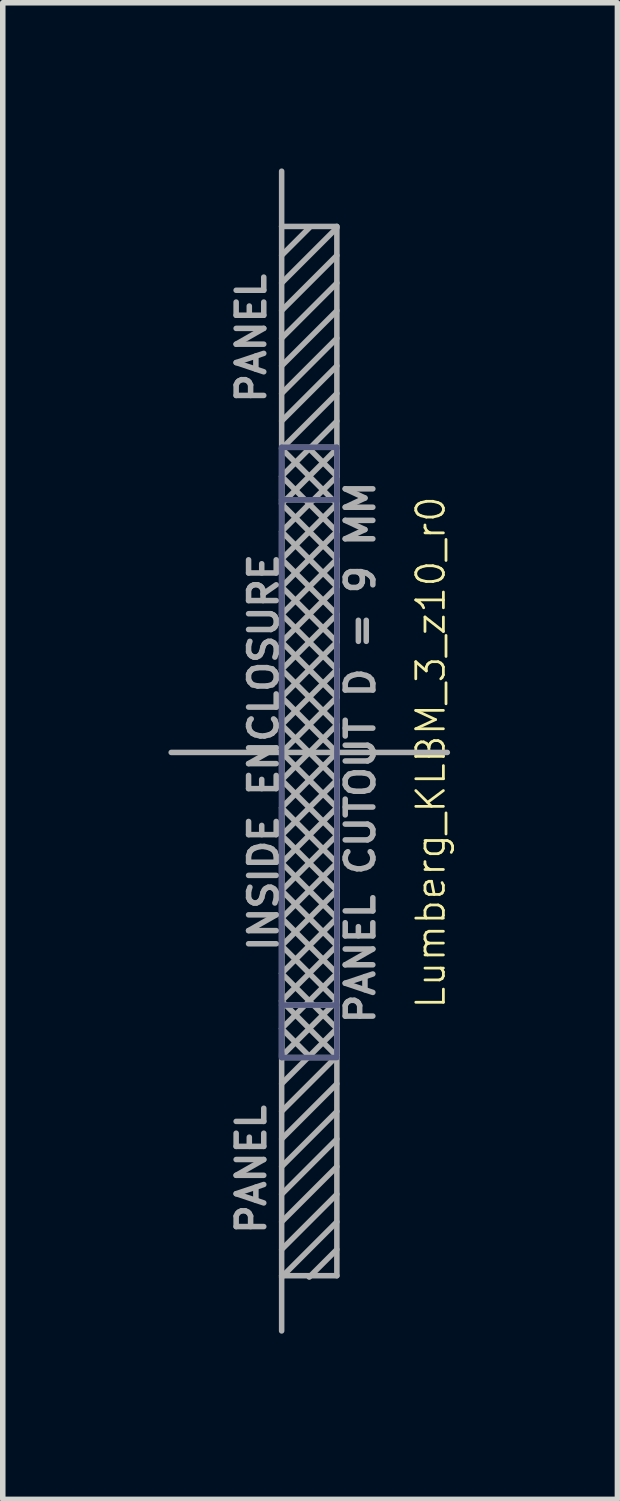
<source format=kicad_pcb>
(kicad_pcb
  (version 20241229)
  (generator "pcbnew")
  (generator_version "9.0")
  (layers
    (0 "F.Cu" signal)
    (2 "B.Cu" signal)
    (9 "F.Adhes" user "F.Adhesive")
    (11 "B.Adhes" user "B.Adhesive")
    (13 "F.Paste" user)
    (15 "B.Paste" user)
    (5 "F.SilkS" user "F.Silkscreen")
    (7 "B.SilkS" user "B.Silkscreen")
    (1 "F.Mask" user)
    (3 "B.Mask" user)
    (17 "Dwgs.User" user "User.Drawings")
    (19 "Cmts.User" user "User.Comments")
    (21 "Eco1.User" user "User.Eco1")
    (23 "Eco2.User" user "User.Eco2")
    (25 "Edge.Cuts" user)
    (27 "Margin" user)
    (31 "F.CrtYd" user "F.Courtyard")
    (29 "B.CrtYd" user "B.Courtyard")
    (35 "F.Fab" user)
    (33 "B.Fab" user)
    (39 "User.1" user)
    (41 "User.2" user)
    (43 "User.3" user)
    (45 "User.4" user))
  (footprint "Lumberg_KLBM_3_z10_r0"
    (layer "F.Cu")
    (at 2.05 10.575)
    (property "Reference" "Lumberg_KLBM_3_z10_r0" (at 2.7 0 90) (layer "F.SilkS") (effects (font (size 0.5 0.5) (thickness 0.05))))
    (attr through_hole)
    (fp_line (start 0 -5.525) (end 0 -5.5) (stroke (width 0.1) (type solid)) (layer "B.Fab"))
    (fp_line (start 0 -5.5) (end 0 -4.5) (stroke (width 0.1) (type solid)) (layer "B.Fab"))
    (fp_line (start 0 -4.575) (end 1 -4.575) (stroke (width 0.1) (type solid)) (layer "B.Fab"))
    (fp_line (start 0 4.5) (end 0 -5.5) (stroke (width 0.1) (type solid)) (layer "B.Fab"))
    (fp_line (start 0 4.575) (end 1 4.575) (stroke (width 0.1) (type solid)) (layer "B.Fab"))
    (fp_line (start 0 5.5) (end 0 4.5) (stroke (width 0.1) (type solid)) (layer "B.Fab"))
    (fp_line (start 0 5.525) (end 0 5.45) (stroke (width 0.1) (type solid)) (layer "B.Fab"))
    (fp_line (start 1 -5.525) (end 0 -5.525) (stroke (width 0.1) (type solid)) (layer "B.Fab"))
    (fp_line (start 1 -5.5) (end 1 -5.525) (stroke (width 0.1) (type solid)) (layer "B.Fab"))
    (fp_line (start 1 -5.5) (end 1 5.5) (stroke (width 0.1) (type solid)) (layer "B.Fab"))
    (fp_line (start 1 5.525) (end 0 5.525) (stroke (width 0.1) (type solid)) (layer "B.Fab"))
    (fp_line (start -2 0) (end 3 0) (stroke (width 0.1) (type solid)) (layer "F.Fab"))
    (fp_line (start 0 -9.525) (end 0 -10.525) (stroke (width 0.1) (type solid)) (layer "F.Fab"))
    (fp_line (start 0 -9.525) (end 1 -9.525) (stroke (width 0.1) (type solid)) (layer "F.Fab"))
    (fp_line (start 0 -9) (end 0.5 -9.5) (stroke (width 0.1) (type solid)) (layer "F.Fab"))
    (fp_line (start 0 -6.5) (end 1 -7.5) (stroke (width 0.1) (type solid)) (layer "F.Fab"))
    (fp_line (start 0 -5.525) (end 1 -5.525) (stroke (width 0.1) (type solid)) (layer "F.Fab"))
    (fp_line (start 0 -5.5) (end 1 -6.5) (stroke (width 0.1) (type solid)) (layer "F.Fab"))
    (fp_line (start 0 -5.5) (end 1 -4.5) (stroke (width 0.1) (type solid)) (layer "F.Fab"))
    (fp_line (start 0 -5) (end 0.5 -5.5) (stroke (width 0.1) (type solid)) (layer "F.Fab"))
    (fp_line (start 0 -5) (end 1 -4) (stroke (width 0.1) (type solid)) (layer "F.Fab"))
    (fp_line (start 0 -4.575) (end 1 -4.575) (stroke (width 0.1) (type solid)) (layer "F.Fab"))
    (fp_line (start 0 -4.5) (end 0 -5) (stroke (width 0.1) (type solid)) (layer "F.Fab"))
    (fp_line (start 0 -4.5) (end 1 -3.5) (stroke (width 0.1) (type solid)) (layer "F.Fab"))
    (fp_line (start 0 -4) (end 1 -5) (stroke (width 0.1) (type solid)) (layer "F.Fab"))
    (fp_line (start 0 -4) (end 1 -3) (stroke (width 0.1) (type solid)) (layer "F.Fab"))
    (fp_line (start 0 -3.5) (end 0 -4) (stroke (width 0.1) (type solid)) (layer "F.Fab"))
    (fp_line (start 0 -3.5) (end 1 -2.5) (stroke (width 0.1) (type solid)) (layer "F.Fab"))
    (fp_line (start 0 -3) (end 1 -4) (stroke (width 0.1) (type solid)) (layer "F.Fab"))
    (fp_line (start 0 -3) (end 1 -2) (stroke (width 0.1) (type solid)) (layer "F.Fab"))
    (fp_line (start 0 -2.5) (end 0 -3) (stroke (width 0.1) (type solid)) (layer "F.Fab"))
    (fp_line (start 0 -2) (end 1 -3) (stroke (width 0.1) (type solid)) (layer "F.Fab"))
    (fp_line (start 0 -2) (end 1 -1) (stroke (width 0.1) (type solid)) (layer "F.Fab"))
    (fp_line (start 0 -1.5) (end 0 -2) (stroke (width 0.1) (type solid)) (layer "F.Fab"))
    (fp_line (start 0 -1.5) (end 1 -0.5) (stroke (width 0.1) (type solid)) (layer "F.Fab"))
    (fp_line (start 0 -1) (end 1 -2) (stroke (width 0.1) (type solid)) (layer "F.Fab"))
    (fp_line (start 0 -0.5) (end 0 -1) (stroke (width 0.1) (type solid)) (layer "F.Fab"))
    (fp_line (start 0 -0.5) (end 0 0) (stroke (width 0.1) (type solid)) (layer "F.Fab"))
    (fp_line (start 0 0) (end 1 -1) (stroke (width 0.1) (type solid)) (layer "F.Fab"))
    (fp_line (start 0 0) (end 1 1) (stroke (width 0.1) (type solid)) (layer "F.Fab"))
    (fp_line (start 0 0.5) (end 0 0) (stroke (width 0.1) (type solid)) (layer "F.Fab"))
    (fp_line (start 0 1) (end 1 0) (stroke (width 0.1) (type solid)) (layer "F.Fab"))
    (fp_line (start 0 1) (end 1 2) (stroke (width 0.1) (type solid)) (layer "F.Fab"))
    (fp_line (start 0 1.5) (end 0 1) (stroke (width 0.1) (type solid)) (layer "F.Fab"))
    (fp_line (start 0 1.5) (end 0 2) (stroke (width 0.1) (type solid)) (layer "F.Fab"))
    (fp_line (start 0 2) (end 1 1) (stroke (width 0.1) (type solid)) (layer "F.Fab"))
    (fp_line (start 0 2) (end 1 3) (stroke (width 0.1) (type solid)) (layer "F.Fab"))
    (fp_line (start 0 2.5) (end 0 2) (stroke (width 0.1) (type solid)) (layer "F.Fab"))
    (fp_line (start 0 2.5) (end 0 3) (stroke (width 0.1) (type solid)) (layer "F.Fab"))
    (fp_line (start 0 3) (end 1 2) (stroke (width 0.1) (type solid)) (layer "F.Fab"))
    (fp_line (start 0 3) (end 1 4) (stroke (width 0.1) (type solid)) (layer "F.Fab"))
    (fp_line (start 0 3.5) (end 0 3) (stroke (width 0.1) (type solid)) (layer "F.Fab"))
    (fp_line (start 0 3.5) (end 0 4) (stroke (width 0.1) (type solid)) (layer "F.Fab"))
    (fp_line (start 0 4) (end 1 3) (stroke (width 0.1) (type solid)) (layer "F.Fab"))
    (fp_line (start 0 4) (end 1 5) (stroke (width 0.1) (type solid)) (layer "F.Fab"))
    (fp_line (start 0 4.5) (end 0 4) (stroke (width 0.1) (type solid)) (layer "F.Fab"))
    (fp_line (start 0 4.5) (end 0 5) (stroke (width 0.1) (type solid)) (layer "F.Fab"))
    (fp_line (start 0 4.575) (end 1 4.575) (stroke (width 0.1) (type solid)) (layer "F.Fab"))
    (fp_line (start 0 5) (end 0.5 5.5) (stroke (width 0.1) (type solid)) (layer "F.Fab"))
    (fp_line (start 0 5) (end 1 4) (stroke (width 0.1) (type solid)) (layer "F.Fab"))
    (fp_line (start 0 5.5) (end 0 5) (stroke (width 0.1) (type solid)) (layer "F.Fab"))
    (fp_line (start 0 5.525) (end 1 5.525) (stroke (width 0.1) (type solid)) (layer "F.Fab"))
    (fp_line (start 0 7) (end 1 6) (stroke (width 0.1) (type solid)) (layer "F.Fab"))
    (fp_line (start 0 8) (end 1 7) (stroke (width 0.1) (type solid)) (layer "F.Fab"))
    (fp_line (start 0 9) (end 1 8) (stroke (width 0.1) (type solid)) (layer "F.Fab"))
    (fp_line (start 0 9.475) (end 0 -9.525) (stroke (width 0.1) (type solid)) (layer "F.Fab"))
    (fp_line (start 0 9.475) (end 0 10.475) (stroke (width 0.1) (type solid)) (layer "F.Fab"))
    (fp_line (start 0.5 -5.5) (end 1 -5) (stroke (width 0.1) (type solid)) (layer "F.Fab"))
    (fp_line (start 0.5 5.5) (end 0 6) (stroke (width 0.1) (type solid)) (layer "F.Fab"))
    (fp_line (start 0.5 5.5) (end 1 5) (stroke (width 0.1) (type solid)) (layer "F.Fab"))
    (fp_line (start 0.5 9.5) (end 1 9) (stroke (width 0.1) (type solid)) (layer "F.Fab"))
    (fp_line (start 1 -9.525) (end 1 9.475) (stroke (width 0.1) (type solid)) (layer "F.Fab"))
    (fp_line (start 1 -9.5) (end 0 -8.5) (stroke (width 0.1) (type solid)) (layer "F.Fab"))
    (fp_line (start 1 -9) (end 0 -8) (stroke (width 0.1) (type solid)) (layer "F.Fab"))
    (fp_line (start 1 -8.5) (end 0 -7.5) (stroke (width 0.1) (type solid)) (layer "F.Fab"))
    (fp_line (start 1 -8) (end 0 -7) (stroke (width 0.1) (type solid)) (layer "F.Fab"))
    (fp_line (start 1 -7) (end 0 -6) (stroke (width 0.1) (type solid)) (layer "F.Fab"))
    (fp_line (start 1 -6) (end 0.5 -5.5) (stroke (width 0.1) (type solid)) (layer "F.Fab"))
    (fp_line (start 1 -5.5) (end 0 -4.5) (stroke (width 0.1) (type solid)) (layer "F.Fab"))
    (fp_line (start 1 -5) (end 1 -5.5) (stroke (width 0.1) (type solid)) (layer "F.Fab"))
    (fp_line (start 1 -4.5) (end 0 -3.5) (stroke (width 0.1) (type solid)) (layer "F.Fab"))
    (fp_line (start 1 -4) (end 1 -4.5) (stroke (width 0.1) (type solid)) (layer "F.Fab"))
    (fp_line (start 1 -3.5) (end 0 -2.5) (stroke (width 0.1) (type solid)) (layer "F.Fab"))
    (fp_line (start 1 -3) (end 1 -3.5) (stroke (width 0.1) (type solid)) (layer "F.Fab"))
    (fp_line (start 1 -2.5) (end 0 -1.5) (stroke (width 0.1) (type solid)) (layer "F.Fab"))
    (fp_line (start 1 -2) (end 1 -2.5) (stroke (width 0.1) (type solid)) (layer "F.Fab"))
    (fp_line (start 1 -1.5) (end 0 -2.5) (stroke (width 0.1) (type solid)) (layer "F.Fab"))
    (fp_line (start 1 -1.5) (end 0 -0.5) (stroke (width 0.1) (type solid)) (layer "F.Fab"))
    (fp_line (start 1 -1) (end 1 -1.5) (stroke (width 0.1) (type solid)) (layer "F.Fab"))
    (fp_line (start 1 -0.5) (end 0 0.5) (stroke (width 0.1) (type solid)) (layer "F.Fab"))
    (fp_line (start 1 -0.5) (end 1 0) (stroke (width 0.1) (type solid)) (layer "F.Fab"))
    (fp_line (start 1 0) (end 0 -1) (stroke (width 0.1) (type solid)) (layer "F.Fab"))
    (fp_line (start 1 0) (end 1 -0.5) (stroke (width 0.1) (type solid)) (layer "F.Fab"))
    (fp_line (start 1 0.5) (end 0 -0.5) (stroke (width 0.1) (type solid)) (layer "F.Fab"))
    (fp_line (start 1 0.5) (end 0 1.5) (stroke (width 0.1) (type solid)) (layer "F.Fab"))
    (fp_line (start 1 1) (end 1 0.5) (stroke (width 0.1) (type solid)) (layer "F.Fab"))
    (fp_line (start 1 1) (end 1 1.5) (stroke (width 0.1) (type solid)) (layer "F.Fab"))
    (fp_line (start 1 1.5) (end 0 0.5) (stroke (width 0.1) (type solid)) (layer "F.Fab"))
    (fp_line (start 1 1.5) (end 0 2.5) (stroke (width 0.1) (type solid)) (layer "F.Fab"))
    (fp_line (start 1 2) (end 1 1.5) (stroke (width 0.1) (type solid)) (layer "F.Fab"))
    (fp_line (start 1 2) (end 1 2.5) (stroke (width 0.1) (type solid)) (layer "F.Fab"))
    (fp_line (start 1 2.5) (end 0 1.5) (stroke (width 0.1) (type solid)) (layer "F.Fab"))
    (fp_line (start 1 2.5) (end 0 3.5) (stroke (width 0.1) (type solid)) (layer "F.Fab"))
    (fp_line (start 1 3) (end 1 2.5) (stroke (width 0.1) (type solid)) (layer "F.Fab"))
    (fp_line (start 1 3) (end 1 3.5) (stroke (width 0.1) (type solid)) (layer "F.Fab"))
    (fp_line (start 1 3.5) (end 0 2.5) (stroke (width 0.1) (type solid)) (layer "F.Fab"))
    (fp_line (start 1 3.5) (end 0 4.5) (stroke (width 0.1) (type solid)) (layer "F.Fab"))
    (fp_line (start 1 4) (end 1 3.5) (stroke (width 0.1) (type solid)) (layer "F.Fab"))
    (fp_line (start 1 4) (end 1 4.5) (stroke (width 0.1) (type solid)) (layer "F.Fab"))
    (fp_line (start 1 4.5) (end 0 3.5) (stroke (width 0.1) (type solid)) (layer "F.Fab"))
    (fp_line (start 1 4.5) (end 0 5.5) (stroke (width 0.1) (type solid)) (layer "F.Fab"))
    (fp_line (start 1 5) (end 1 4.5) (stroke (width 0.1) (type solid)) (layer "F.Fab"))
    (fp_line (start 1 5) (end 1 5.5) (stroke (width 0.1) (type solid)) (layer "F.Fab"))
    (fp_line (start 1 5.5) (end 0 4.5) (stroke (width 0.1) (type solid)) (layer "F.Fab"))
    (fp_line (start 1 5.5) (end 0 6.5) (stroke (width 0.1) (type solid)) (layer "F.Fab"))
    (fp_line (start 1 6.5) (end 0 7.5) (stroke (width 0.1) (type solid)) (layer "F.Fab"))
    (fp_line (start 1 7.5) (end 0 8.5) (stroke (width 0.1) (type solid)) (layer "F.Fab"))
    (fp_line (start 1 8.5) (end 0 9.5) (stroke (width 0.1) (type solid)) (layer "F.Fab"))
    (fp_line (start 1 9.475) (end 0 9.475) (stroke (width 0.1) (type solid)) (layer "F.Fab"))
    (fp_text user "PANEL CUTOUT D = 9 MM" (at 1.425 0 90) (layer "F.Fab") (effects (font (size 0.5 0.5) (thickness 0.1))))
    (fp_text user "PANEL" (at -0.55 -7.5 90) (layer "F.Fab") (effects (font (size 0.5 0.5) (thickness 0.1))))
    (fp_text user "INSIDE ENCLOSURE" (at -0.325 0 90) (layer "F.Fab") (effects (font (size 0.5 0.5) (thickness 0.1))))
    (fp_text user "PANEL" (at -0.55 7.55 90) (layer "F.Fab") (effects (font (size 0.5 0.5) (thickness 0.1)))))
  (gr_rect
    (start -3 -3)
    (end 8.13 24.1)
    (stroke (width 0.1) (type default))
    (fill no)
    (layer "Edge.Cuts")))
</source>
